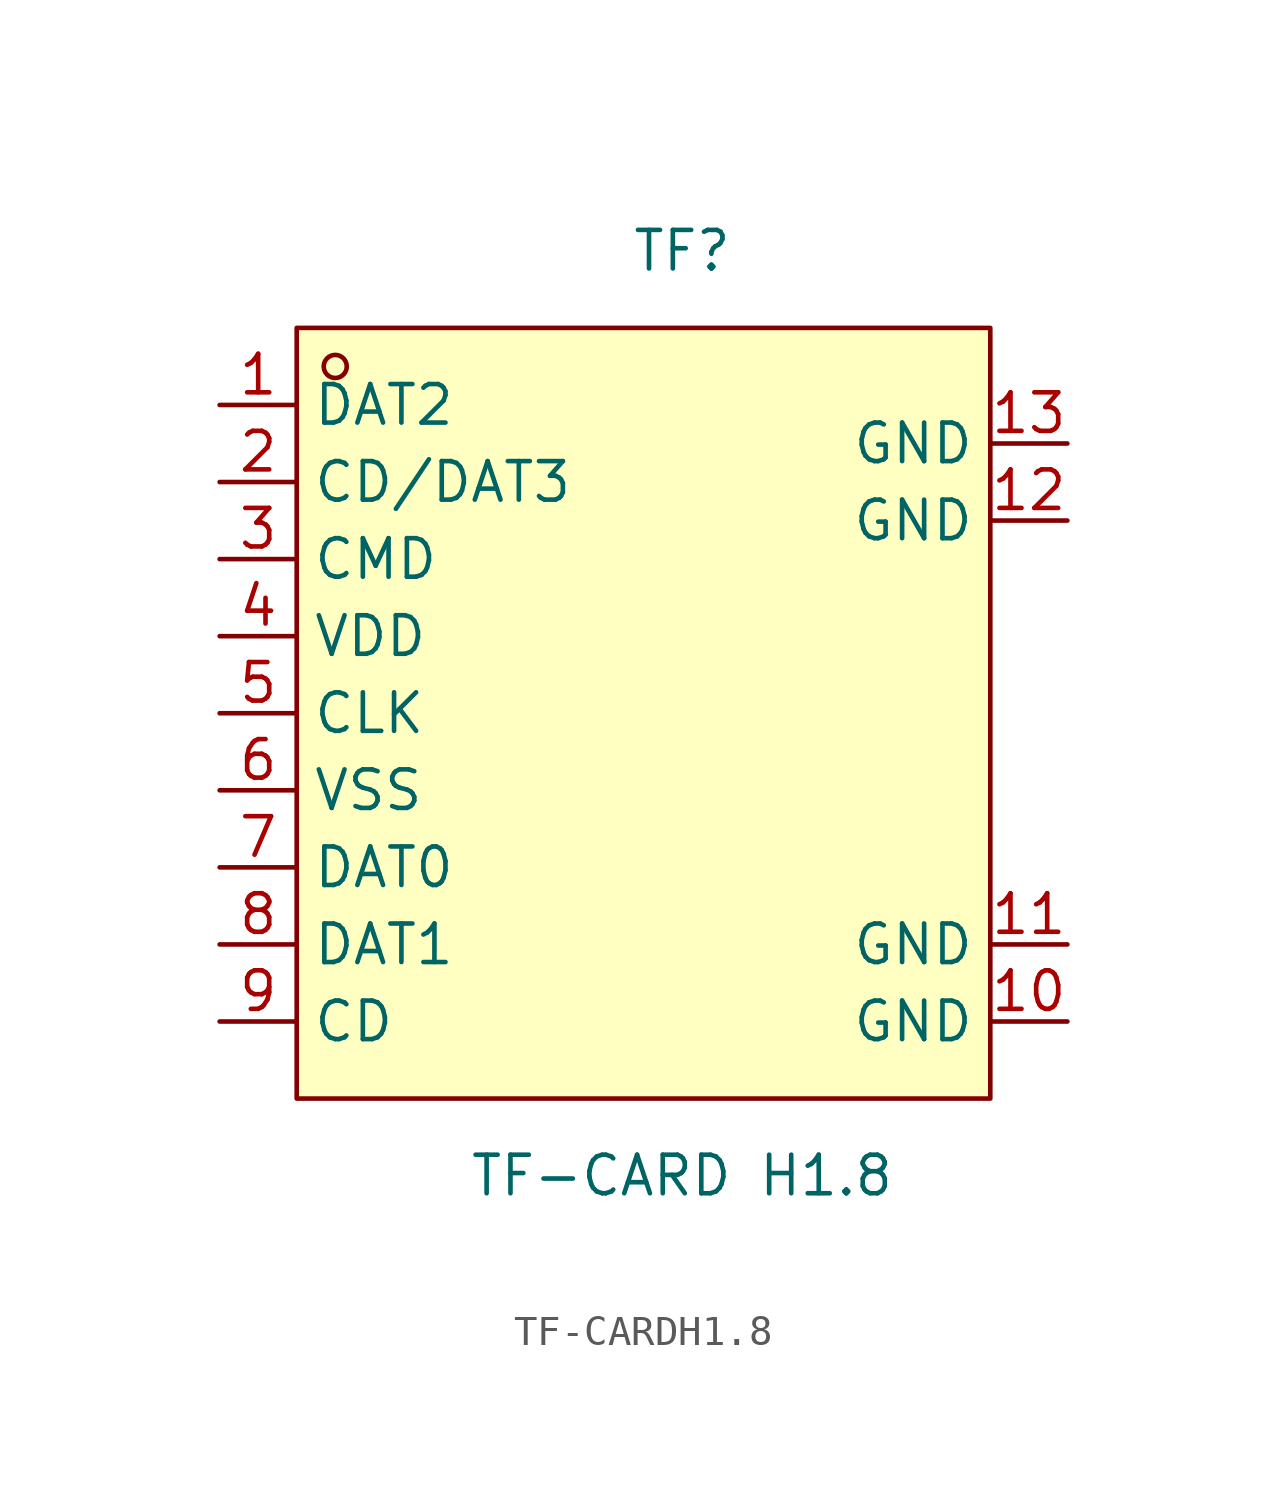
<source format=kicad_sym>
(kicad_symbol_lib
  (version 20211014)
  (generator https://github.com/uPesy/easyeda2kicad.py)
  (symbol "TF-CARDH1.8"
    (property "Reference" "TF"
      (at 0 17.78 0)
      (effects (font (size 1.27 1.27))))
    (property "Value" "TF-CARD H1.8"
      (at 0 -12.70 0)
      (effects (font (size 1.27 1.27))))
    (symbol "TF-CARDH1.8_0_1"
      (rectangle (start -12.70 15.24) (end 10.16 -10.16) (stroke (width 0) (type default) (color 0 0 0 0)) (fill (type background)))
      (circle (center -11.43 13.97) (radius 0.38) (stroke (width 0) (type default) (color 0 0 0 0)) (fill (type none)))
      (pin unspecified line (at 12.70 11.43 180) (length 2.54) (name "GND" (effects (font (size 1.27 1.27)))) (number "13" (effects (font (size 1.27 1.27)))))
      (pin unspecified line (at 12.70 8.89 180) (length 2.54) (name "GND" (effects (font (size 1.27 1.27)))) (number "12" (effects (font (size 1.27 1.27)))))
      (pin unspecified line (at 12.70 -5.08 180) (length 2.54) (name "GND" (effects (font (size 1.27 1.27)))) (number "11" (effects (font (size 1.27 1.27)))))
      (pin unspecified line (at 12.70 -7.62 180) (length 2.54) (name "GND" (effects (font (size 1.27 1.27)))) (number "10" (effects (font (size 1.27 1.27)))))
      (pin unspecified line (at -15.24 -7.62 0) (length 2.54) (name "CD" (effects (font (size 1.27 1.27)))) (number "9" (effects (font (size 1.27 1.27)))))
      (pin unspecified line (at -15.24 -5.08 0) (length 2.54) (name "DAT1" (effects (font (size 1.27 1.27)))) (number "8" (effects (font (size 1.27 1.27)))))
      (pin unspecified line (at -15.24 -2.54 0) (length 2.54) (name "DAT0" (effects (font (size 1.27 1.27)))) (number "7" (effects (font (size 1.27 1.27)))))
      (pin unspecified line (at -15.24 -0.00 0) (length 2.54) (name "VSS" (effects (font (size 1.27 1.27)))) (number "6" (effects (font (size 1.27 1.27)))))
      (pin unspecified line (at -15.24 2.54 0) (length 2.54) (name "CLK" (effects (font (size 1.27 1.27)))) (number "5" (effects (font (size 1.27 1.27)))))
      (pin unspecified line (at -15.24 5.08 0) (length 2.54) (name "VDD" (effects (font (size 1.27 1.27)))) (number "4" (effects (font (size 1.27 1.27)))))
      (pin unspecified line (at -15.24 7.62 0) (length 2.54) (name "CMD" (effects (font (size 1.27 1.27)))) (number "3" (effects (font (size 1.27 1.27)))))
      (pin unspecified line (at -15.24 10.16 0) (length 2.54) (name "CD/DAT3" (effects (font (size 1.27 1.27)))) (number "2" (effects (font (size 1.27 1.27)))))
      (pin unspecified line (at -15.24 12.70 0) (length 2.54) (name "DAT2" (effects (font (size 1.27 1.27)))) (number "1" (effects (font (size 1.27 1.27))))))))
</source>
